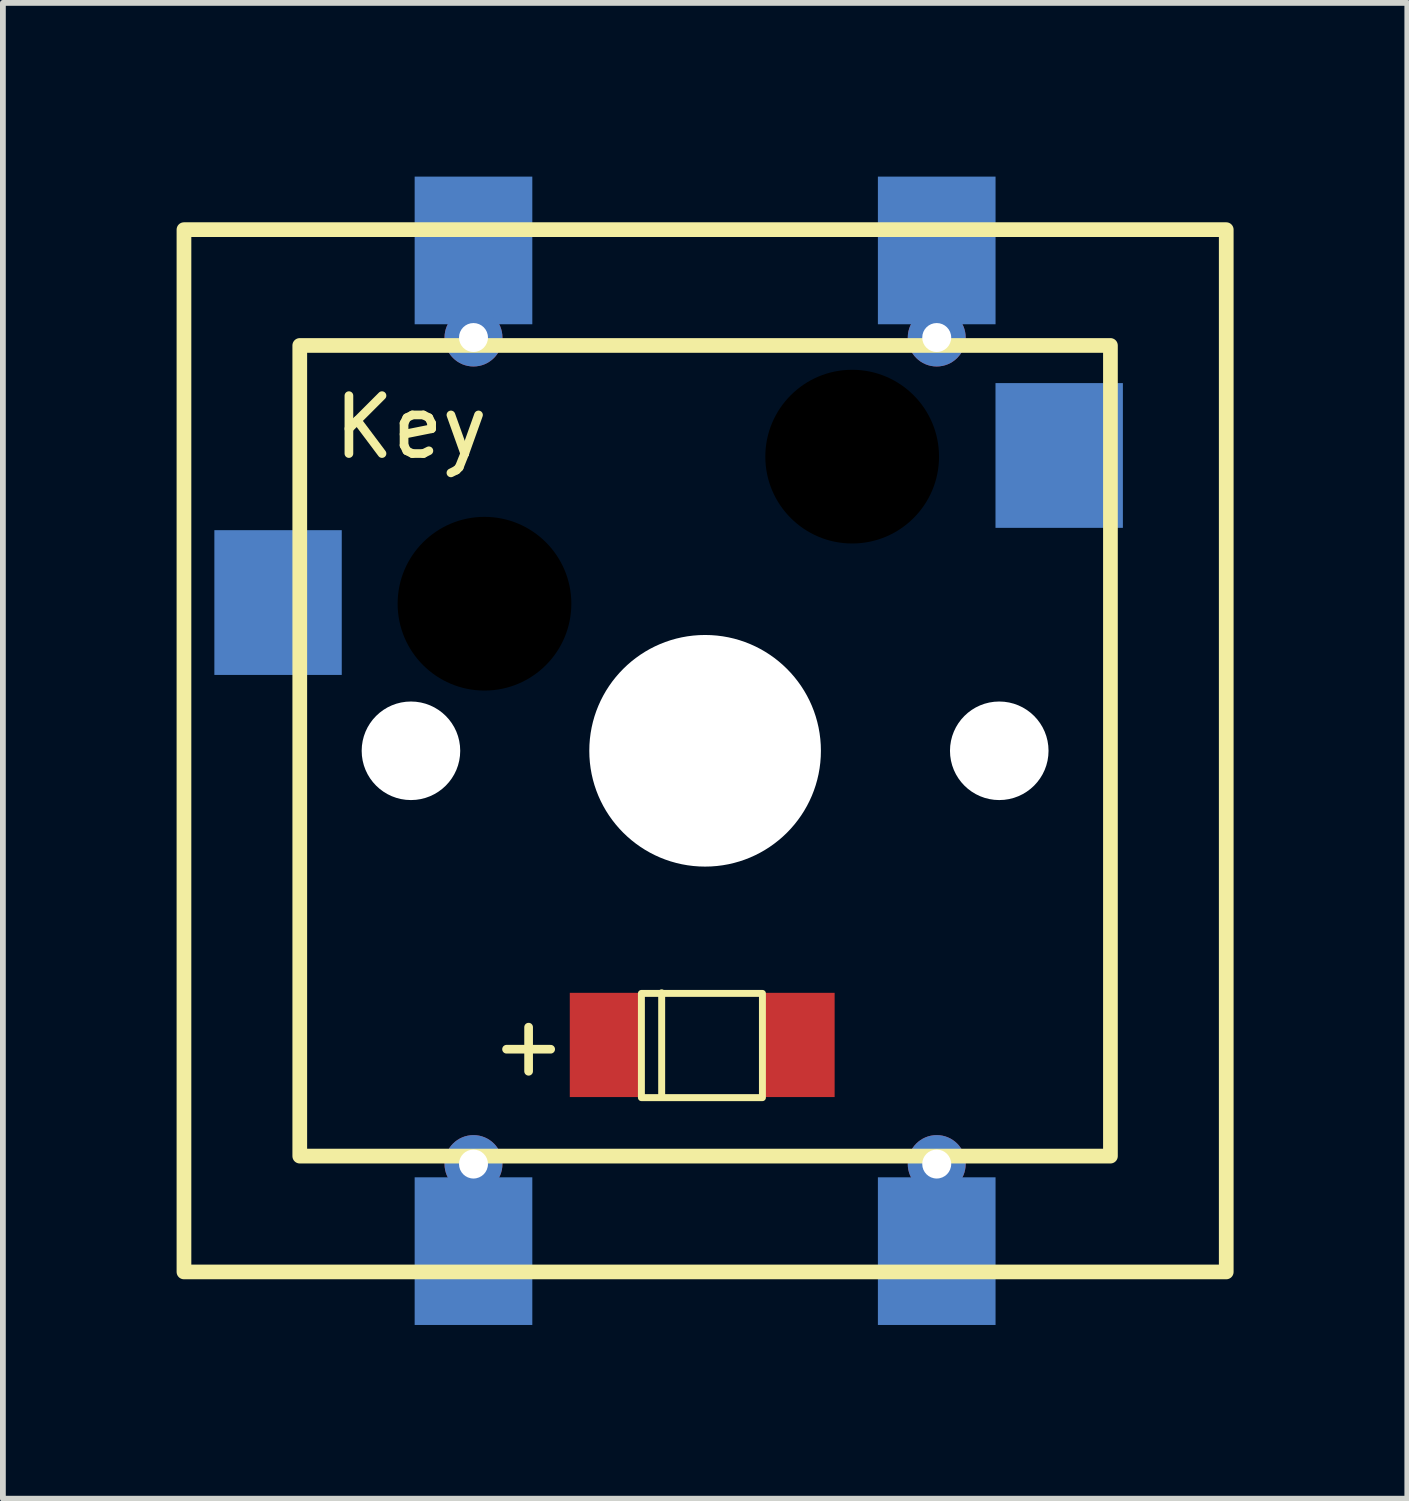
<source format=kicad_pcb>
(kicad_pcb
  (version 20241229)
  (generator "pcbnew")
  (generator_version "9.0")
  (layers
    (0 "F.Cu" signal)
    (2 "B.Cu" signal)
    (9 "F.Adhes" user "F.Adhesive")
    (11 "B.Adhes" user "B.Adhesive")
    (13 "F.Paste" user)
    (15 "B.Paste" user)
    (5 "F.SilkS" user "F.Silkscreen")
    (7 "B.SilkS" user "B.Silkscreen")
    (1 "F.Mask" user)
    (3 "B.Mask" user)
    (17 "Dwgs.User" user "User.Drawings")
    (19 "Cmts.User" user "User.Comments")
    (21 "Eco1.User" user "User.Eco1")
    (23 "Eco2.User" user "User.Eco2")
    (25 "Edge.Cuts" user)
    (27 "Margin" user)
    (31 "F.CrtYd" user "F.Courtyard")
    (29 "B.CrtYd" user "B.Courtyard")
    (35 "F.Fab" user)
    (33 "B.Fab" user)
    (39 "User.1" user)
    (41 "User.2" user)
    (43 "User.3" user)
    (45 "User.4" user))
  (footprint "Key"
    (layer "F.Cu")
    (at 9.127 9.916)
    (property "Reference" "Key" (at -5.08 -5.588 0) (unlocked yes) (layer "F.SilkS") (effects (font (size 1 1) (thickness 0.15))))
    (attr smd)
    (fp_line (start -0.75 4.18) (end -0.75 5.98) (stroke (width 0.12) (type solid)) (layer "F.SilkS"))
    (fp_rect (start -9 -9) (end 9 9) (stroke (width 0.254) (type solid)) (fill no) (layer "F.SilkS"))
    (fp_rect (start -7 -7) (end 7 7) (stroke (width 0.254) (type solid)) (fill no) (layer "F.SilkS"))
    (fp_rect (start 0.99 5.99) (end -1.1 4.19) (stroke (width 0.12) (type solid)) (fill no) (layer "F.SilkS"))
    (fp_text user "+" (at -3.048 5.08 0) (unlocked yes) (layer "F.SilkS") (effects (font (size 1 1) (thickness 0.15))))
    (pad "" np_thru_hole circle (at -5.08 0) (size 1.702 1.702) (drill 1.702) (layers "*.Cu" "*.Mask"))
    (pad "" np_thru_hole circle (at -3.81 -2.54) (size 3 3) (drill 3) (layers "*.Mask"))
    (pad "" np_thru_hole circle (at 0 0) (size 4 4) (drill 4) (layers "*.Cu" "*.Mask"))
    (pad "" np_thru_hole circle (at 2.54 -5.08) (size 3 3) (drill 3) (layers "*.Mask"))
    (pad "" np_thru_hole circle (at 5.08 0) (size 1.702 1.702) (drill 1.702) (layers "*.Cu" "*.Mask"))
    (pad "1" smd rect (at -4 -8.641 90) (size 2.55 2.032) (layers "B.Cu" "B.Mask" "B.Paste"))
    (pad "1" thru_hole circle (at -4 -7.137) (size 1 1) (drill 0.5) (layers "*.Cu" "*.Mask"))
    (pad "1" thru_hole circle (at -4 7.137) (size 1 1) (drill 0.5) (layers "*.Cu" "*.Mask"))
    (pad "1" smd rect (at -4 8.641 90) (size 2.55 2.032) (layers "B.Cu" "B.Mask" "B.Paste"))
    (pad "1" smd rect (at 4 -8.641 90) (size 2.55 2.032) (layers "B.Cu" "B.Mask" "B.Paste"))
    (pad "1" thru_hole circle (at 4 -7.137) (size 1 1) (drill 0.5) (layers "*.Cu" "*.Mask"))
    (pad "1" thru_hole circle (at 4 7.137) (size 1 1) (drill 0.5) (layers "*.Cu" "*.Mask"))
    (pad "1" smd rect (at 4 8.641 90) (size 2.55 2.032) (layers "B.Cu" "B.Mask" "B.Paste"))
    (pad "1" smd rect (at 6.115 -5.1) (size 2.2 2.5) (layers "B.Cu" "B.Mask" "B.Paste"))
    (pad "2" smd rect (at -7.375 -2.56) (size 2.2 2.5) (layers "B.Cu" "B.Mask" "B.Paste"))
    (pad "3" smd rect (at -1.737 5.08) (size 1.2 1.8) (layers "F.Cu" "F.Mask" "F.Paste"))
    (pad "4" smd rect (at 1.637 5.08) (size 1.2 1.8) (layers "F.Cu" "F.Mask" "F.Paste")))
  (gr_rect
    (start -3 -3)
    (end 21.254 22.832)
    (stroke (width 0.1) (type default))
    (fill no)
    (layer "Edge.Cuts")))
</source>
